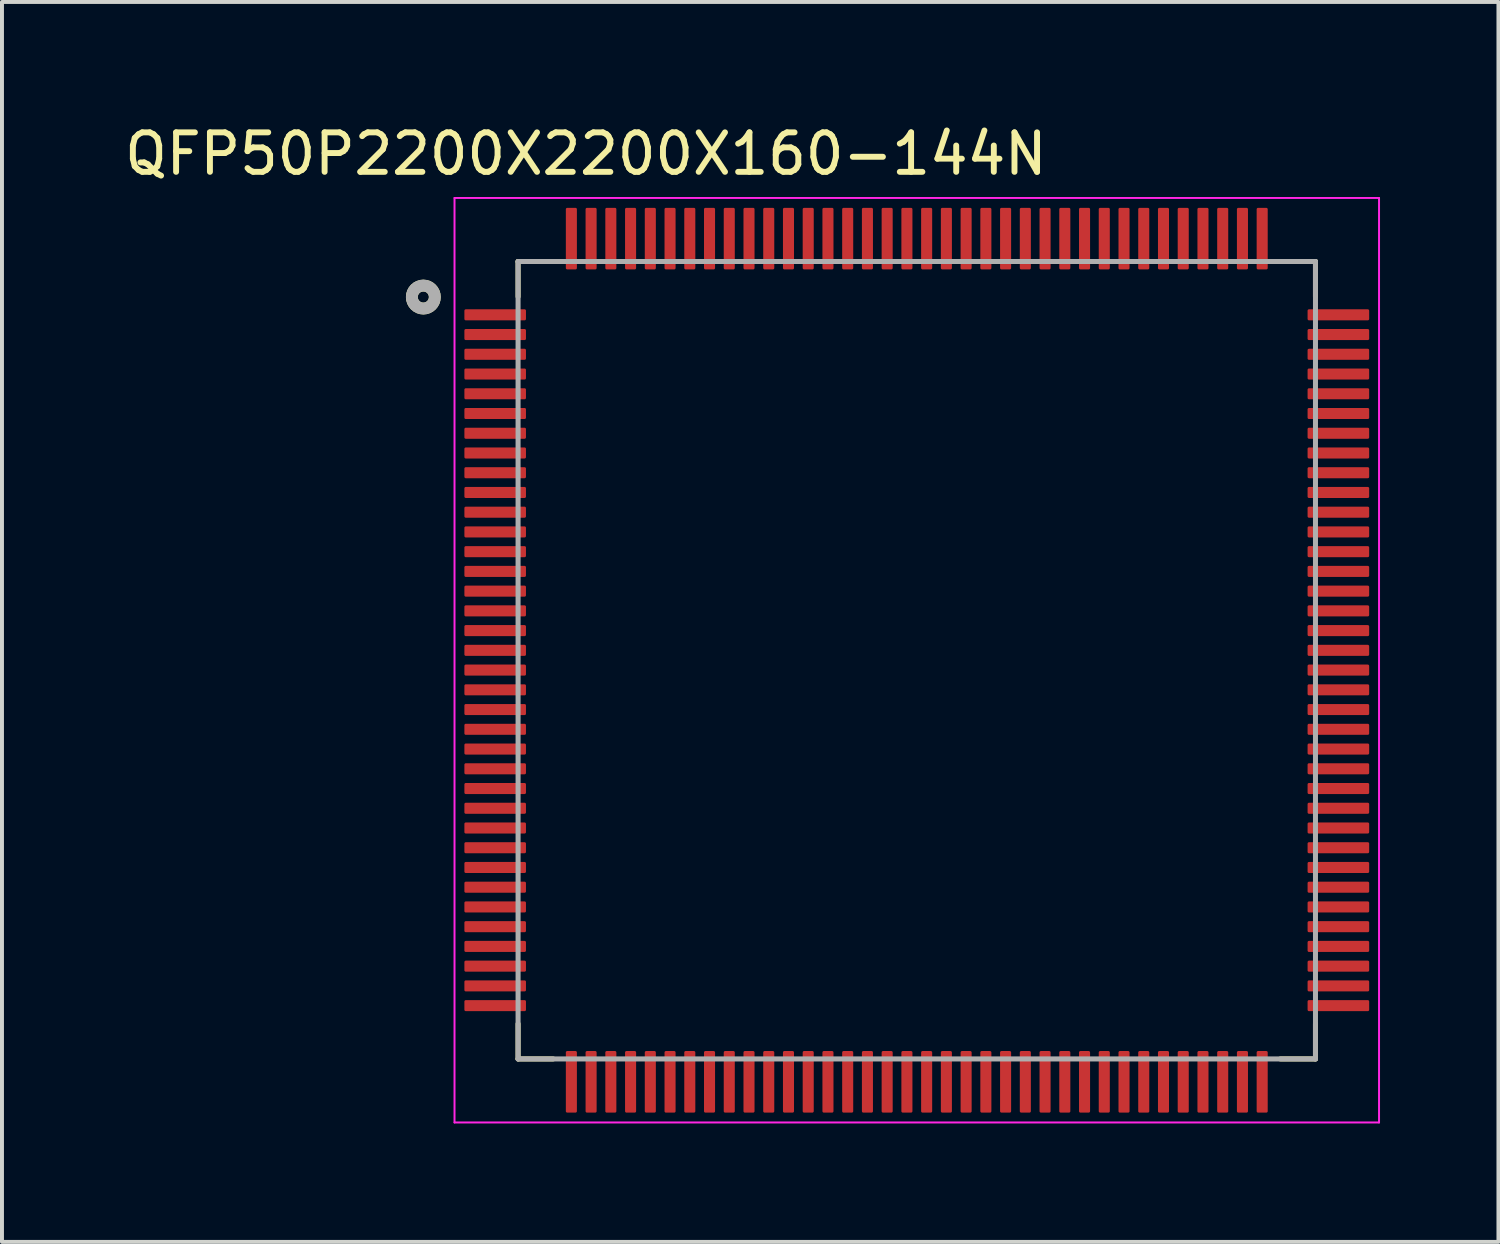
<source format=kicad_pcb>
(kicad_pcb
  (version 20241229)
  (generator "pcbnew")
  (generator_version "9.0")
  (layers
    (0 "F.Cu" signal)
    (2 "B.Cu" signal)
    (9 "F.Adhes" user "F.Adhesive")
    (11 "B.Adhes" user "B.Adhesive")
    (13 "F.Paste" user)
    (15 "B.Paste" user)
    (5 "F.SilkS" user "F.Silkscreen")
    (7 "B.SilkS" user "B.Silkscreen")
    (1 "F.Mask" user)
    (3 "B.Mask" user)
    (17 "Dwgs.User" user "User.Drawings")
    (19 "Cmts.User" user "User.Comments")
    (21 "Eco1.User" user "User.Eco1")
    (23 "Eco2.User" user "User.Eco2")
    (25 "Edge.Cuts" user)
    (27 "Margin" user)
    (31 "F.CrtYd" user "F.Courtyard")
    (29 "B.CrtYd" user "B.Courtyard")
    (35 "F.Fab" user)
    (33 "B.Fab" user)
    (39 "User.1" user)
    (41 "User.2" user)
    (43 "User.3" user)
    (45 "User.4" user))
  (footprint "QFP50P2200X2200X160-144N"
    (layer "F.Cu")
    (at 20.174 13.675)
    (property "Reference" "QFP50P2200X2200X160-144N" (at -8.382 -12.827 0) (layer "F.SilkS") (effects (font (size 1 1) (thickness 0.15))))
    (attr smd)
    (fp_line (start -10.1 -10.1) (end -10.1 -9.21) (stroke (width 0.127) (type solid)) (layer "F.SilkS"))
    (fp_line (start -10.1 9.21) (end -10.1 10.1) (stroke (width 0.127) (type solid)) (layer "F.SilkS"))
    (fp_line (start -9.21 -10.1) (end -10.1 -10.1) (stroke (width 0.127) (type solid)) (layer "F.SilkS"))
    (fp_line (start -9.21 10.1) (end -10.1 10.1) (stroke (width 0.127) (type solid)) (layer "F.SilkS"))
    (fp_line (start 9.21 -10.1) (end 10.1 -10.1) (stroke (width 0.127) (type solid)) (layer "F.SilkS"))
    (fp_line (start 9.21 10.1) (end 10.1 10.1) (stroke (width 0.127) (type solid)) (layer "F.SilkS"))
    (fp_line (start 10.1 -9.21) (end 10.1 -10.1) (stroke (width 0.127) (type solid)) (layer "F.SilkS"))
    (fp_line (start 10.1 9.21) (end 10.1 10.1) (stroke (width 0.127) (type solid)) (layer "F.SilkS"))
    (fp_circle (center -12.5 -9.2) (end -12.359 -9.2) (stroke (width 0.3) (type solid)) (fill no) (layer "F.SilkS"))
    (fp_line (start -11.71 -11.71) (end 11.71 -11.71) (stroke (width 0.05) (type solid)) (layer "F.CrtYd"))
    (fp_line (start -11.71 11.71) (end -11.71 -11.71) (stroke (width 0.05) (type solid)) (layer "F.CrtYd"))
    (fp_line (start 11.71 -11.71) (end 11.71 11.71) (stroke (width 0.05) (type solid)) (layer "F.CrtYd"))
    (fp_line (start 11.71 11.71) (end -11.71 11.71) (stroke (width 0.05) (type solid)) (layer "F.CrtYd"))
    (fp_line (start -10.1 -10.1) (end 10.1 -10.1) (stroke (width 0.127) (type solid)) (layer "F.Fab"))
    (fp_line (start -10.1 10.1) (end -10.1 -10.1) (stroke (width 0.127) (type solid)) (layer "F.Fab"))
    (fp_line (start 10.1 -10.1) (end 10.1 10.1) (stroke (width 0.127) (type solid)) (layer "F.Fab"))
    (fp_line (start 10.1 10.1) (end -10.1 10.1) (stroke (width 0.127) (type solid)) (layer "F.Fab"))
    (fp_circle (center -12.5 -9.2) (end -12.359 -9.2) (stroke (width 0.3) (type solid)) (fill no) (layer "F.Fab"))
    (pad "1" smd roundrect (at -10.68 -8.75) (size 1.56 0.28) (layers "F.Cu" "F.Mask" "F.Paste") (roundrect_rratio 0.125))
    (pad "2" smd roundrect (at -10.68 -8.25) (size 1.56 0.28) (layers "F.Cu" "F.Mask" "F.Paste") (roundrect_rratio 0.125))
    (pad "3" smd roundrect (at -10.68 -7.75) (size 1.56 0.28) (layers "F.Cu" "F.Mask" "F.Paste") (roundrect_rratio 0.125))
    (pad "4" smd roundrect (at -10.68 -7.25) (size 1.56 0.28) (layers "F.Cu" "F.Mask" "F.Paste") (roundrect_rratio 0.125))
    (pad "5" smd roundrect (at -10.68 -6.75) (size 1.56 0.28) (layers "F.Cu" "F.Mask" "F.Paste") (roundrect_rratio 0.125))
    (pad "6" smd roundrect (at -10.68 -6.25) (size 1.56 0.28) (layers "F.Cu" "F.Mask" "F.Paste") (roundrect_rratio 0.125))
    (pad "7" smd roundrect (at -10.68 -5.75) (size 1.56 0.28) (layers "F.Cu" "F.Mask" "F.Paste") (roundrect_rratio 0.125))
    (pad "8" smd roundrect (at -10.68 -5.25) (size 1.56 0.28) (layers "F.Cu" "F.Mask" "F.Paste") (roundrect_rratio 0.125))
    (pad "9" smd roundrect (at -10.68 -4.75) (size 1.56 0.28) (layers "F.Cu" "F.Mask" "F.Paste") (roundrect_rratio 0.125))
    (pad "10" smd roundrect (at -10.68 -4.25) (size 1.56 0.28) (layers "F.Cu" "F.Mask" "F.Paste") (roundrect_rratio 0.125))
    (pad "11" smd roundrect (at -10.68 -3.75) (size 1.56 0.28) (layers "F.Cu" "F.Mask" "F.Paste") (roundrect_rratio 0.125))
    (pad "12" smd roundrect (at -10.68 -3.25) (size 1.56 0.28) (layers "F.Cu" "F.Mask" "F.Paste") (roundrect_rratio 0.125))
    (pad "13" smd roundrect (at -10.68 -2.75) (size 1.56 0.28) (layers "F.Cu" "F.Mask" "F.Paste") (roundrect_rratio 0.125))
    (pad "14" smd roundrect (at -10.68 -2.25) (size 1.56 0.28) (layers "F.Cu" "F.Mask" "F.Paste") (roundrect_rratio 0.125))
    (pad "15" smd roundrect (at -10.68 -1.75) (size 1.56 0.28) (layers "F.Cu" "F.Mask" "F.Paste") (roundrect_rratio 0.125))
    (pad "16" smd roundrect (at -10.68 -1.25) (size 1.56 0.28) (layers "F.Cu" "F.Mask" "F.Paste") (roundrect_rratio 0.125))
    (pad "17" smd roundrect (at -10.68 -0.75) (size 1.56 0.28) (layers "F.Cu" "F.Mask" "F.Paste") (roundrect_rratio 0.125))
    (pad "18" smd roundrect (at -10.68 -0.25) (size 1.56 0.28) (layers "F.Cu" "F.Mask" "F.Paste") (roundrect_rratio 0.125))
    (pad "19" smd roundrect (at -10.68 0.25) (size 1.56 0.28) (layers "F.Cu" "F.Mask" "F.Paste") (roundrect_rratio 0.125))
    (pad "20" smd roundrect (at -10.68 0.75) (size 1.56 0.28) (layers "F.Cu" "F.Mask" "F.Paste") (roundrect_rratio 0.125))
    (pad "21" smd roundrect (at -10.68 1.25) (size 1.56 0.28) (layers "F.Cu" "F.Mask" "F.Paste") (roundrect_rratio 0.125))
    (pad "22" smd roundrect (at -10.68 1.75) (size 1.56 0.28) (layers "F.Cu" "F.Mask" "F.Paste") (roundrect_rratio 0.125))
    (pad "23" smd roundrect (at -10.68 2.25) (size 1.56 0.28) (layers "F.Cu" "F.Mask" "F.Paste") (roundrect_rratio 0.125))
    (pad "24" smd roundrect (at -10.68 2.75) (size 1.56 0.28) (layers "F.Cu" "F.Mask" "F.Paste") (roundrect_rratio 0.125))
    (pad "25" smd roundrect (at -10.68 3.25) (size 1.56 0.28) (layers "F.Cu" "F.Mask" "F.Paste") (roundrect_rratio 0.125))
    (pad "26" smd roundrect (at -10.68 3.75) (size 1.56 0.28) (layers "F.Cu" "F.Mask" "F.Paste") (roundrect_rratio 0.125))
    (pad "27" smd roundrect (at -10.68 4.25) (size 1.56 0.28) (layers "F.Cu" "F.Mask" "F.Paste") (roundrect_rratio 0.125))
    (pad "28" smd roundrect (at -10.68 4.75) (size 1.56 0.28) (layers "F.Cu" "F.Mask" "F.Paste") (roundrect_rratio 0.125))
    (pad "29" smd roundrect (at -10.68 5.25) (size 1.56 0.28) (layers "F.Cu" "F.Mask" "F.Paste") (roundrect_rratio 0.125))
    (pad "30" smd roundrect (at -10.68 5.75) (size 1.56 0.28) (layers "F.Cu" "F.Mask" "F.Paste") (roundrect_rratio 0.125))
    (pad "31" smd roundrect (at -10.68 6.25) (size 1.56 0.28) (layers "F.Cu" "F.Mask" "F.Paste") (roundrect_rratio 0.125))
    (pad "32" smd roundrect (at -10.68 6.75) (size 1.56 0.28) (layers "F.Cu" "F.Mask" "F.Paste") (roundrect_rratio 0.125))
    (pad "33" smd roundrect (at -10.68 7.25) (size 1.56 0.28) (layers "F.Cu" "F.Mask" "F.Paste") (roundrect_rratio 0.125))
    (pad "34" smd roundrect (at -10.68 7.75) (size 1.56 0.28) (layers "F.Cu" "F.Mask" "F.Paste") (roundrect_rratio 0.125))
    (pad "35" smd roundrect (at -10.68 8.25) (size 1.56 0.28) (layers "F.Cu" "F.Mask" "F.Paste") (roundrect_rratio 0.125))
    (pad "36" smd roundrect (at -10.68 8.75) (size 1.56 0.28) (layers "F.Cu" "F.Mask" "F.Paste") (roundrect_rratio 0.125))
    (pad "37" smd roundrect (at -8.75 10.68) (size 0.28 1.56) (layers "F.Cu" "F.Mask" "F.Paste") (roundrect_rratio 0.125))
    (pad "38" smd roundrect (at -8.25 10.68) (size 0.28 1.56) (layers "F.Cu" "F.Mask" "F.Paste") (roundrect_rratio 0.125))
    (pad "39" smd roundrect (at -7.75 10.68) (size 0.28 1.56) (layers "F.Cu" "F.Mask" "F.Paste") (roundrect_rratio 0.125))
    (pad "40" smd roundrect (at -7.25 10.68) (size 0.28 1.56) (layers "F.Cu" "F.Mask" "F.Paste") (roundrect_rratio 0.125))
    (pad "41" smd roundrect (at -6.75 10.68) (size 0.28 1.56) (layers "F.Cu" "F.Mask" "F.Paste") (roundrect_rratio 0.125))
    (pad "42" smd roundrect (at -6.25 10.68) (size 0.28 1.56) (layers "F.Cu" "F.Mask" "F.Paste") (roundrect_rratio 0.125))
    (pad "43" smd roundrect (at -5.75 10.68) (size 0.28 1.56) (layers "F.Cu" "F.Mask" "F.Paste") (roundrect_rratio 0.125))
    (pad "44" smd roundrect (at -5.25 10.68) (size 0.28 1.56) (layers "F.Cu" "F.Mask" "F.Paste") (roundrect_rratio 0.125))
    (pad "45" smd roundrect (at -4.75 10.68) (size 0.28 1.56) (layers "F.Cu" "F.Mask" "F.Paste") (roundrect_rratio 0.125))
    (pad "46" smd roundrect (at -4.25 10.68) (size 0.28 1.56) (layers "F.Cu" "F.Mask" "F.Paste") (roundrect_rratio 0.125))
    (pad "47" smd roundrect (at -3.75 10.68) (size 0.28 1.56) (layers "F.Cu" "F.Mask" "F.Paste") (roundrect_rratio 0.125))
    (pad "48" smd roundrect (at -3.25 10.68) (size 0.28 1.56) (layers "F.Cu" "F.Mask" "F.Paste") (roundrect_rratio 0.125))
    (pad "49" smd roundrect (at -2.75 10.68) (size 0.28 1.56) (layers "F.Cu" "F.Mask" "F.Paste") (roundrect_rratio 0.125))
    (pad "50" smd roundrect (at -2.25 10.68) (size 0.28 1.56) (layers "F.Cu" "F.Mask" "F.Paste") (roundrect_rratio 0.125))
    (pad "51" smd roundrect (at -1.75 10.68) (size 0.28 1.56) (layers "F.Cu" "F.Mask" "F.Paste") (roundrect_rratio 0.125))
    (pad "52" smd roundrect (at -1.25 10.68) (size 0.28 1.56) (layers "F.Cu" "F.Mask" "F.Paste") (roundrect_rratio 0.125))
    (pad "53" smd roundrect (at -0.75 10.68) (size 0.28 1.56) (layers "F.Cu" "F.Mask" "F.Paste") (roundrect_rratio 0.125))
    (pad "54" smd roundrect (at -0.25 10.68) (size 0.28 1.56) (layers "F.Cu" "F.Mask" "F.Paste") (roundrect_rratio 0.125))
    (pad "55" smd roundrect (at 0.25 10.68) (size 0.28 1.56) (layers "F.Cu" "F.Mask" "F.Paste") (roundrect_rratio 0.125))
    (pad "56" smd roundrect (at 0.75 10.68) (size 0.28 1.56) (layers "F.Cu" "F.Mask" "F.Paste") (roundrect_rratio 0.125))
    (pad "57" smd roundrect (at 1.25 10.68) (size 0.28 1.56) (layers "F.Cu" "F.Mask" "F.Paste") (roundrect_rratio 0.125))
    (pad "58" smd roundrect (at 1.75 10.68) (size 0.28 1.56) (layers "F.Cu" "F.Mask" "F.Paste") (roundrect_rratio 0.125))
    (pad "59" smd roundrect (at 2.25 10.68) (size 0.28 1.56) (layers "F.Cu" "F.Mask" "F.Paste") (roundrect_rratio 0.125))
    (pad "60" smd roundrect (at 2.75 10.68) (size 0.28 1.56) (layers "F.Cu" "F.Mask" "F.Paste") (roundrect_rratio 0.125))
    (pad "61" smd roundrect (at 3.25 10.68) (size 0.28 1.56) (layers "F.Cu" "F.Mask" "F.Paste") (roundrect_rratio 0.125))
    (pad "62" smd roundrect (at 3.75 10.68) (size 0.28 1.56) (layers "F.Cu" "F.Mask" "F.Paste") (roundrect_rratio 0.125))
    (pad "63" smd roundrect (at 4.25 10.68) (size 0.28 1.56) (layers "F.Cu" "F.Mask" "F.Paste") (roundrect_rratio 0.125))
    (pad "64" smd roundrect (at 4.75 10.68) (size 0.28 1.56) (layers "F.Cu" "F.Mask" "F.Paste") (roundrect_rratio 0.125))
    (pad "65" smd roundrect (at 5.25 10.68) (size 0.28 1.56) (layers "F.Cu" "F.Mask" "F.Paste") (roundrect_rratio 0.125))
    (pad "66" smd roundrect (at 5.75 10.68) (size 0.28 1.56) (layers "F.Cu" "F.Mask" "F.Paste") (roundrect_rratio 0.125))
    (pad "67" smd roundrect (at 6.25 10.68) (size 0.28 1.56) (layers "F.Cu" "F.Mask" "F.Paste") (roundrect_rratio 0.125))
    (pad "68" smd roundrect (at 6.75 10.68) (size 0.28 1.56) (layers "F.Cu" "F.Mask" "F.Paste") (roundrect_rratio 0.125))
    (pad "69" smd roundrect (at 7.25 10.68) (size 0.28 1.56) (layers "F.Cu" "F.Mask" "F.Paste") (roundrect_rratio 0.125))
    (pad "70" smd roundrect (at 7.75 10.68) (size 0.28 1.56) (layers "F.Cu" "F.Mask" "F.Paste") (roundrect_rratio 0.125))
    (pad "71" smd roundrect (at 8.25 10.68) (size 0.28 1.56) (layers "F.Cu" "F.Mask" "F.Paste") (roundrect_rratio 0.125))
    (pad "72" smd roundrect (at 8.75 10.68) (size 0.28 1.56) (layers "F.Cu" "F.Mask" "F.Paste") (roundrect_rratio 0.125))
    (pad "73" smd roundrect (at 10.68 8.75) (size 1.56 0.28) (layers "F.Cu" "F.Mask" "F.Paste") (roundrect_rratio 0.125))
    (pad "74" smd roundrect (at 10.68 8.25) (size 1.56 0.28) (layers "F.Cu" "F.Mask" "F.Paste") (roundrect_rratio 0.125))
    (pad "75" smd roundrect (at 10.68 7.75) (size 1.56 0.28) (layers "F.Cu" "F.Mask" "F.Paste") (roundrect_rratio 0.125))
    (pad "76" smd roundrect (at 10.68 7.25) (size 1.56 0.28) (layers "F.Cu" "F.Mask" "F.Paste") (roundrect_rratio 0.125))
    (pad "77" smd roundrect (at 10.68 6.75) (size 1.56 0.28) (layers "F.Cu" "F.Mask" "F.Paste") (roundrect_rratio 0.125))
    (pad "78" smd roundrect (at 10.68 6.25) (size 1.56 0.28) (layers "F.Cu" "F.Mask" "F.Paste") (roundrect_rratio 0.125))
    (pad "79" smd roundrect (at 10.68 5.75) (size 1.56 0.28) (layers "F.Cu" "F.Mask" "F.Paste") (roundrect_rratio 0.125))
    (pad "80" smd roundrect (at 10.68 5.25) (size 1.56 0.28) (layers "F.Cu" "F.Mask" "F.Paste") (roundrect_rratio 0.125))
    (pad "81" smd roundrect (at 10.68 4.75) (size 1.56 0.28) (layers "F.Cu" "F.Mask" "F.Paste") (roundrect_rratio 0.125))
    (pad "82" smd roundrect (at 10.68 4.25) (size 1.56 0.28) (layers "F.Cu" "F.Mask" "F.Paste") (roundrect_rratio 0.125))
    (pad "83" smd roundrect (at 10.68 3.75) (size 1.56 0.28) (layers "F.Cu" "F.Mask" "F.Paste") (roundrect_rratio 0.125))
    (pad "84" smd roundrect (at 10.68 3.25) (size 1.56 0.28) (layers "F.Cu" "F.Mask" "F.Paste") (roundrect_rratio 0.125))
    (pad "85" smd roundrect (at 10.68 2.75) (size 1.56 0.28) (layers "F.Cu" "F.Mask" "F.Paste") (roundrect_rratio 0.125))
    (pad "86" smd roundrect (at 10.68 2.25) (size 1.56 0.28) (layers "F.Cu" "F.Mask" "F.Paste") (roundrect_rratio 0.125))
    (pad "87" smd roundrect (at 10.68 1.75) (size 1.56 0.28) (layers "F.Cu" "F.Mask" "F.Paste") (roundrect_rratio 0.125))
    (pad "88" smd roundrect (at 10.68 1.25) (size 1.56 0.28) (layers "F.Cu" "F.Mask" "F.Paste") (roundrect_rratio 0.125))
    (pad "89" smd roundrect (at 10.68 0.75) (size 1.56 0.28) (layers "F.Cu" "F.Mask" "F.Paste") (roundrect_rratio 0.125))
    (pad "90" smd roundrect (at 10.68 0.25) (size 1.56 0.28) (layers "F.Cu" "F.Mask" "F.Paste") (roundrect_rratio 0.125))
    (pad "91" smd roundrect (at 10.68 -0.25) (size 1.56 0.28) (layers "F.Cu" "F.Mask" "F.Paste") (roundrect_rratio 0.125))
    (pad "92" smd roundrect (at 10.68 -0.75) (size 1.56 0.28) (layers "F.Cu" "F.Mask" "F.Paste") (roundrect_rratio 0.125))
    (pad "93" smd roundrect (at 10.68 -1.25) (size 1.56 0.28) (layers "F.Cu" "F.Mask" "F.Paste") (roundrect_rratio 0.125))
    (pad "94" smd roundrect (at 10.68 -1.75) (size 1.56 0.28) (layers "F.Cu" "F.Mask" "F.Paste") (roundrect_rratio 0.125))
    (pad "95" smd roundrect (at 10.68 -2.25) (size 1.56 0.28) (layers "F.Cu" "F.Mask" "F.Paste") (roundrect_rratio 0.125))
    (pad "96" smd roundrect (at 10.68 -2.75) (size 1.56 0.28) (layers "F.Cu" "F.Mask" "F.Paste") (roundrect_rratio 0.125))
    (pad "97" smd roundrect (at 10.68 -3.25) (size 1.56 0.28) (layers "F.Cu" "F.Mask" "F.Paste") (roundrect_rratio 0.125))
    (pad "98" smd roundrect (at 10.68 -3.75) (size 1.56 0.28) (layers "F.Cu" "F.Mask" "F.Paste") (roundrect_rratio 0.125))
    (pad "99" smd roundrect (at 10.68 -4.25) (size 1.56 0.28) (layers "F.Cu" "F.Mask" "F.Paste") (roundrect_rratio 0.125))
    (pad "100" smd roundrect (at 10.68 -4.75) (size 1.56 0.28) (layers "F.Cu" "F.Mask" "F.Paste") (roundrect_rratio 0.125))
    (pad "101" smd roundrect (at 10.68 -5.25) (size 1.56 0.28) (layers "F.Cu" "F.Mask" "F.Paste") (roundrect_rratio 0.125))
    (pad "102" smd roundrect (at 10.68 -5.75) (size 1.56 0.28) (layers "F.Cu" "F.Mask" "F.Paste") (roundrect_rratio 0.125))
    (pad "103" smd roundrect (at 10.68 -6.25) (size 1.56 0.28) (layers "F.Cu" "F.Mask" "F.Paste") (roundrect_rratio 0.125))
    (pad "104" smd roundrect (at 10.68 -6.75) (size 1.56 0.28) (layers "F.Cu" "F.Mask" "F.Paste") (roundrect_rratio 0.125))
    (pad "105" smd roundrect (at 10.68 -7.25) (size 1.56 0.28) (layers "F.Cu" "F.Mask" "F.Paste") (roundrect_rratio 0.125))
    (pad "106" smd roundrect (at 10.68 -7.75) (size 1.56 0.28) (layers "F.Cu" "F.Mask" "F.Paste") (roundrect_rratio 0.125))
    (pad "107" smd roundrect (at 10.68 -8.25) (size 1.56 0.28) (layers "F.Cu" "F.Mask" "F.Paste") (roundrect_rratio 0.125))
    (pad "108" smd roundrect (at 10.68 -8.75) (size 1.56 0.28) (layers "F.Cu" "F.Mask" "F.Paste") (roundrect_rratio 0.125))
    (pad "109" smd roundrect (at 8.75 -10.68) (size 0.28 1.56) (layers "F.Cu" "F.Mask" "F.Paste") (roundrect_rratio 0.125))
    (pad "110" smd roundrect (at 8.25 -10.68) (size 0.28 1.56) (layers "F.Cu" "F.Mask" "F.Paste") (roundrect_rratio 0.125))
    (pad "111" smd roundrect (at 7.75 -10.68) (size 0.28 1.56) (layers "F.Cu" "F.Mask" "F.Paste") (roundrect_rratio 0.125))
    (pad "112" smd roundrect (at 7.25 -10.68) (size 0.28 1.56) (layers "F.Cu" "F.Mask" "F.Paste") (roundrect_rratio 0.125))
    (pad "113" smd roundrect (at 6.75 -10.68) (size 0.28 1.56) (layers "F.Cu" "F.Mask" "F.Paste") (roundrect_rratio 0.125))
    (pad "114" smd roundrect (at 6.25 -10.68) (size 0.28 1.56) (layers "F.Cu" "F.Mask" "F.Paste") (roundrect_rratio 0.125))
    (pad "115" smd roundrect (at 5.75 -10.68) (size 0.28 1.56) (layers "F.Cu" "F.Mask" "F.Paste") (roundrect_rratio 0.125))
    (pad "116" smd roundrect (at 5.25 -10.68) (size 0.28 1.56) (layers "F.Cu" "F.Mask" "F.Paste") (roundrect_rratio 0.125))
    (pad "117" smd roundrect (at 4.75 -10.68) (size 0.28 1.56) (layers "F.Cu" "F.Mask" "F.Paste") (roundrect_rratio 0.125))
    (pad "118" smd roundrect (at 4.25 -10.68) (size 0.28 1.56) (layers "F.Cu" "F.Mask" "F.Paste") (roundrect_rratio 0.125))
    (pad "119" smd roundrect (at 3.75 -10.68) (size 0.28 1.56) (layers "F.Cu" "F.Mask" "F.Paste") (roundrect_rratio 0.125))
    (pad "120" smd roundrect (at 3.25 -10.68) (size 0.28 1.56) (layers "F.Cu" "F.Mask" "F.Paste") (roundrect_rratio 0.125))
    (pad "121" smd roundrect (at 2.75 -10.68) (size 0.28 1.56) (layers "F.Cu" "F.Mask" "F.Paste") (roundrect_rratio 0.125))
    (pad "122" smd roundrect (at 2.25 -10.68) (size 0.28 1.56) (layers "F.Cu" "F.Mask" "F.Paste") (roundrect_rratio 0.125))
    (pad "123" smd roundrect (at 1.75 -10.68) (size 0.28 1.56) (layers "F.Cu" "F.Mask" "F.Paste") (roundrect_rratio 0.125))
    (pad "124" smd roundrect (at 1.25 -10.68) (size 0.28 1.56) (layers "F.Cu" "F.Mask" "F.Paste") (roundrect_rratio 0.125))
    (pad "125" smd roundrect (at 0.75 -10.68) (size 0.28 1.56) (layers "F.Cu" "F.Mask" "F.Paste") (roundrect_rratio 0.125))
    (pad "126" smd roundrect (at 0.25 -10.68) (size 0.28 1.56) (layers "F.Cu" "F.Mask" "F.Paste") (roundrect_rratio 0.125))
    (pad "127" smd roundrect (at -0.25 -10.68) (size 0.28 1.56) (layers "F.Cu" "F.Mask" "F.Paste") (roundrect_rratio 0.125))
    (pad "128" smd roundrect (at -0.75 -10.68) (size 0.28 1.56) (layers "F.Cu" "F.Mask" "F.Paste") (roundrect_rratio 0.125))
    (pad "129" smd roundrect (at -1.25 -10.68) (size 0.28 1.56) (layers "F.Cu" "F.Mask" "F.Paste") (roundrect_rratio 0.125))
    (pad "130" smd roundrect (at -1.75 -10.68) (size 0.28 1.56) (layers "F.Cu" "F.Mask" "F.Paste") (roundrect_rratio 0.125))
    (pad "131" smd roundrect (at -2.25 -10.68) (size 0.28 1.56) (layers "F.Cu" "F.Mask" "F.Paste") (roundrect_rratio 0.125))
    (pad "132" smd roundrect (at -2.75 -10.68) (size 0.28 1.56) (layers "F.Cu" "F.Mask" "F.Paste") (roundrect_rratio 0.125))
    (pad "133" smd roundrect (at -3.25 -10.68) (size 0.28 1.56) (layers "F.Cu" "F.Mask" "F.Paste") (roundrect_rratio 0.125))
    (pad "134" smd roundrect (at -3.75 -10.68) (size 0.28 1.56) (layers "F.Cu" "F.Mask" "F.Paste") (roundrect_rratio 0.125))
    (pad "135" smd roundrect (at -4.25 -10.68) (size 0.28 1.56) (layers "F.Cu" "F.Mask" "F.Paste") (roundrect_rratio 0.125))
    (pad "136" smd roundrect (at -4.75 -10.68) (size 0.28 1.56) (layers "F.Cu" "F.Mask" "F.Paste") (roundrect_rratio 0.125))
    (pad "137" smd roundrect (at -5.25 -10.68) (size 0.28 1.56) (layers "F.Cu" "F.Mask" "F.Paste") (roundrect_rratio 0.125))
    (pad "138" smd roundrect (at -5.75 -10.68) (size 0.28 1.56) (layers "F.Cu" "F.Mask" "F.Paste") (roundrect_rratio 0.125))
    (pad "139" smd roundrect (at -6.25 -10.68) (size 0.28 1.56) (layers "F.Cu" "F.Mask" "F.Paste") (roundrect_rratio 0.125))
    (pad "140" smd roundrect (at -6.75 -10.68) (size 0.28 1.56) (layers "F.Cu" "F.Mask" "F.Paste") (roundrect_rratio 0.125))
    (pad "141" smd roundrect (at -7.25 -10.68) (size 0.28 1.56) (layers "F.Cu" "F.Mask" "F.Paste") (roundrect_rratio 0.125))
    (pad "142" smd roundrect (at -7.75 -10.68) (size 0.28 1.56) (layers "F.Cu" "F.Mask" "F.Paste") (roundrect_rratio 0.125))
    (pad "143" smd roundrect (at -8.25 -10.68) (size 0.28 1.56) (layers "F.Cu" "F.Mask" "F.Paste") (roundrect_rratio 0.125))
    (pad "144" smd roundrect (at -8.75 -10.68) (size 0.28 1.56) (layers "F.Cu" "F.Mask" "F.Paste") (roundrect_rratio 0.125)))
  (gr_rect
    (start -3 -3)
    (end 34.909 28.41)
    (stroke (width 0.1) (type default))
    (fill no)
    (layer "Edge.Cuts")))
</source>
